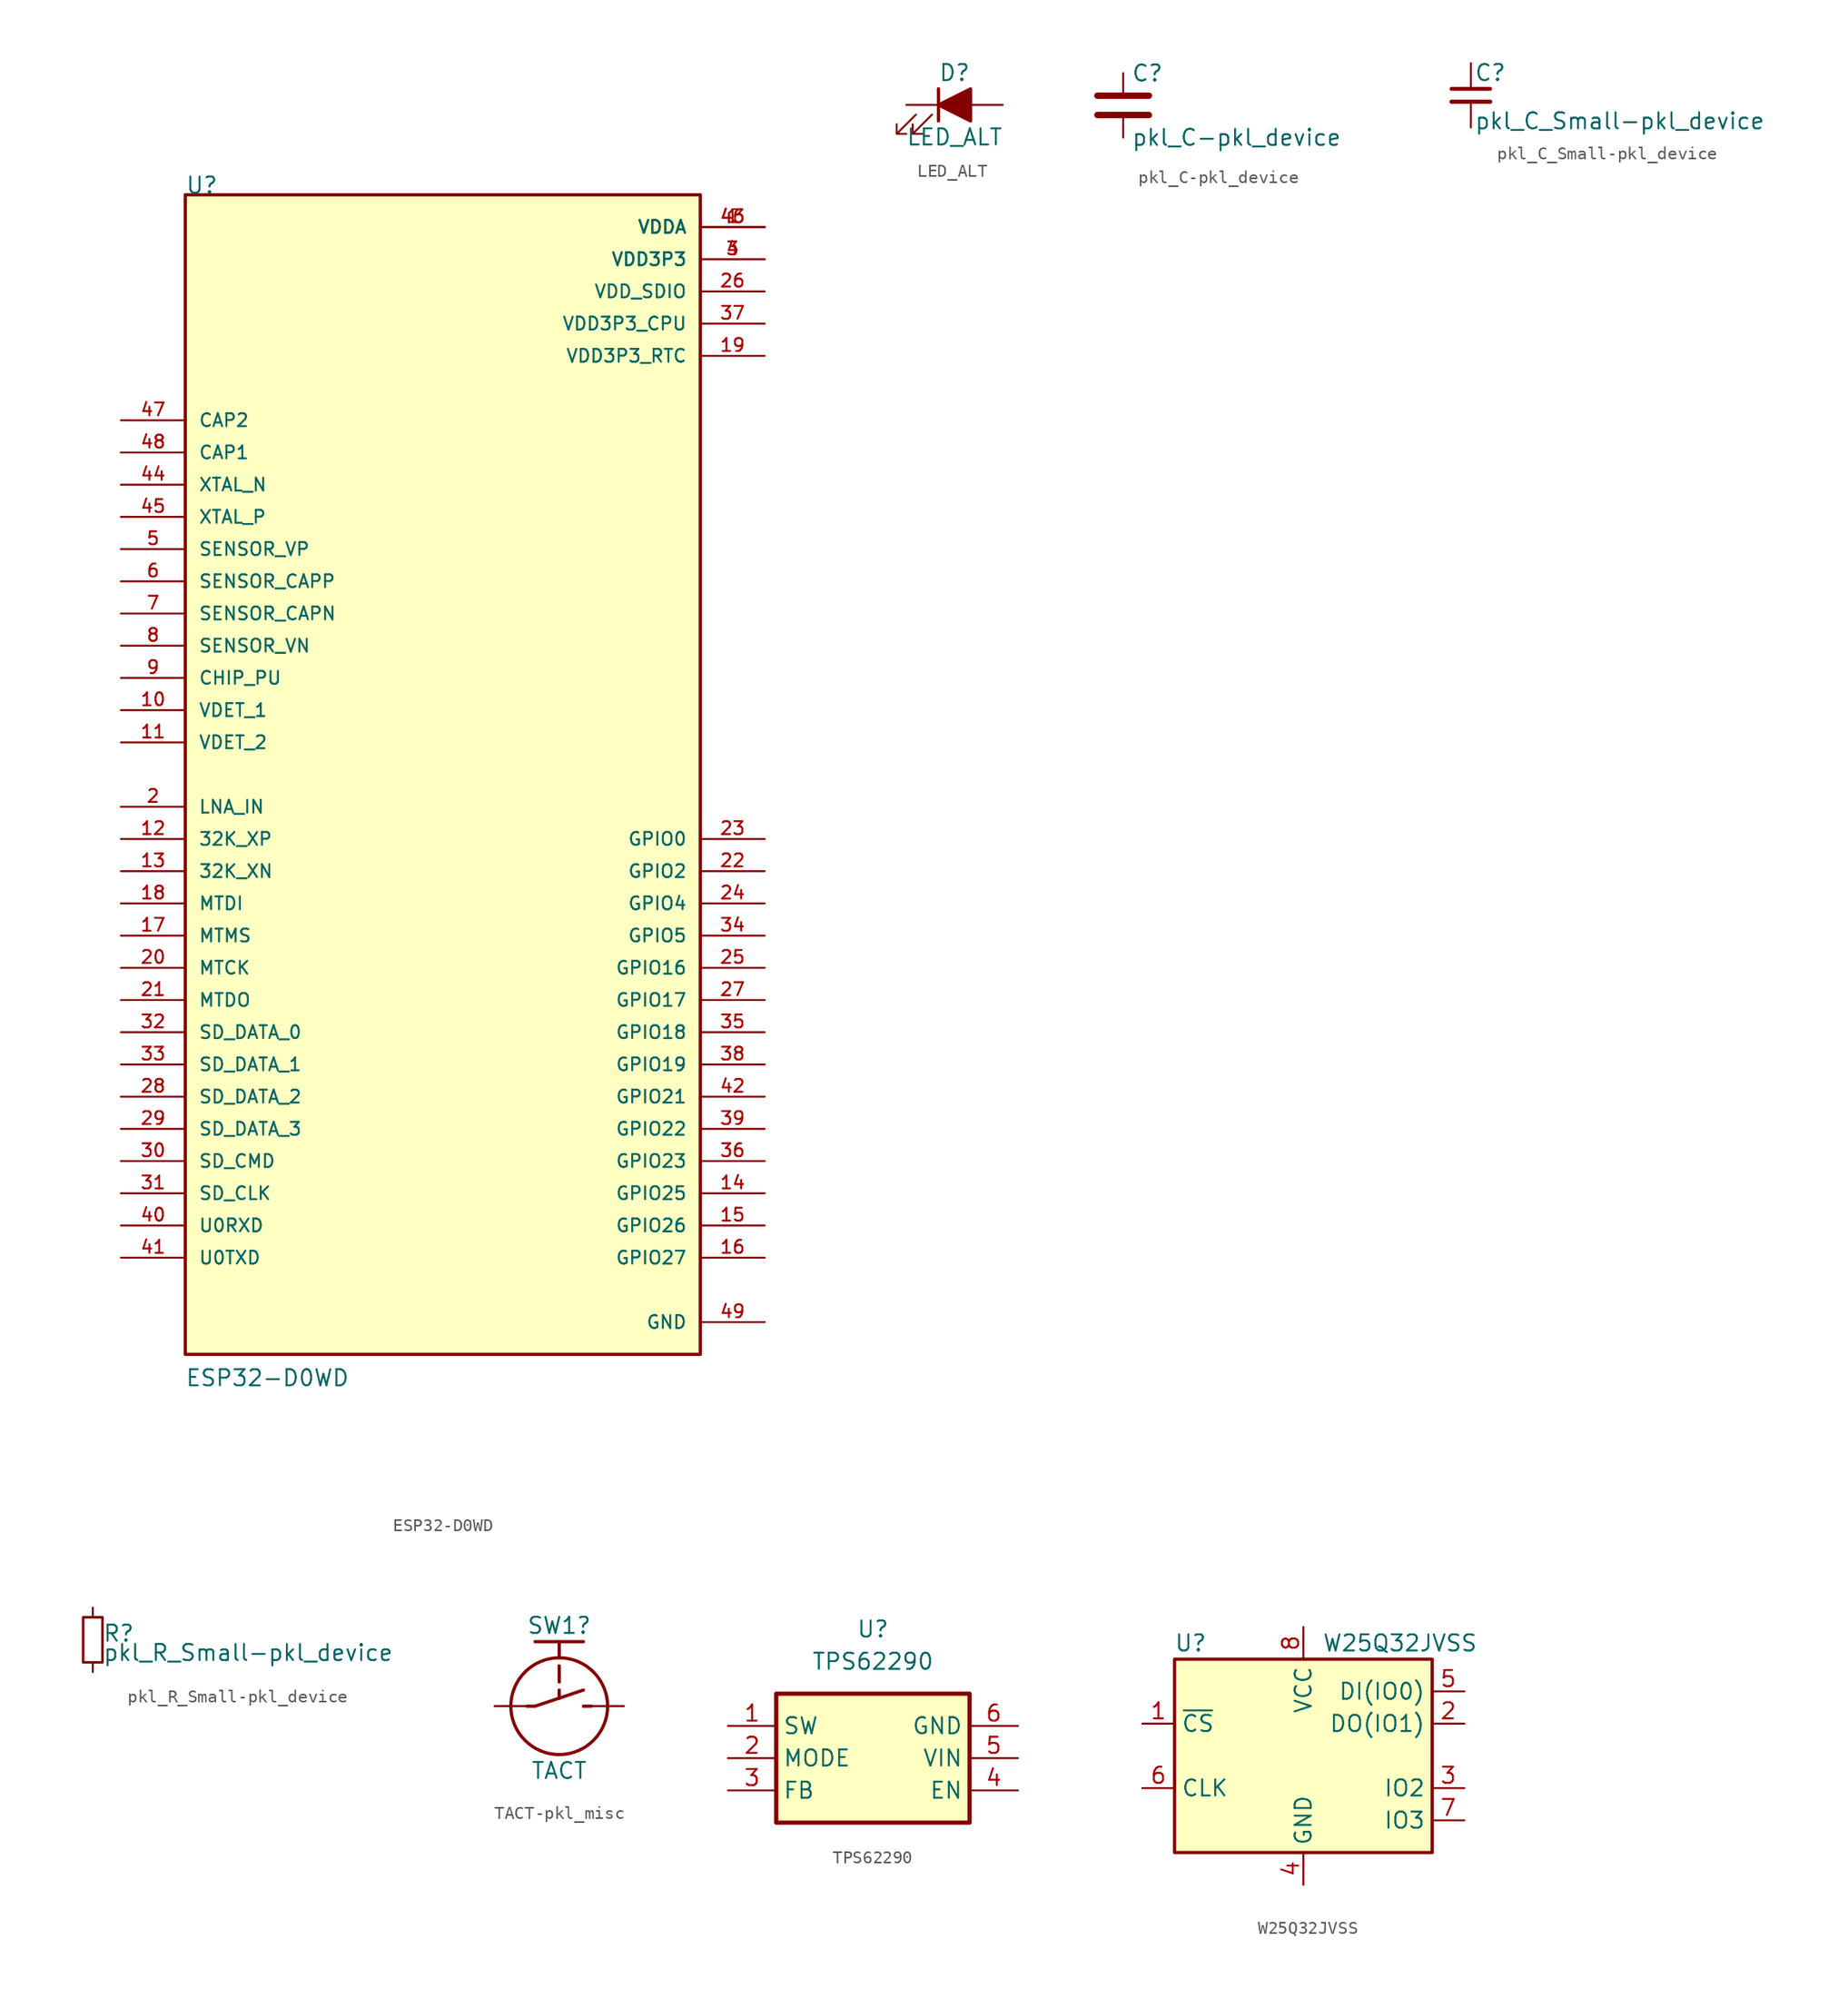
<source format=kicad_sym>
(kicad_symbol_lib
  (version 20231120)
  (generator "kicad_symbol_editor")
  (generator_version "8.0")
  (symbol "ESP32-D0WD"
    (pin_names
      (offset 1.016))
    (property "Reference" "U"
      (at -20.322 45.725 0)
      (effects (font (size 1.27 1.27)) (justify left bottom)))
    (property "Value" "ESP32-D0WD"
      (at -20.348 -48.326 0)
      (effects (font (size 1.27 1.27)) (justify left bottom)))
    (symbol "ESP32-D0WD_0_0"
      (rectangle (start -20.32 45.72) (end 20.32 -45.72) (stroke (width 0.254) (type default)) (fill (type background)))
      (pin power_in line (at 25.4 43.18 180) (length 5.08) (name "VDDA" (effects (font (size 1.016 1.016)))) (number "1" (effects (font (size 1.016 1.016)))))
      (pin input line (at -25.4 5.08 0) (length 5.08) (name "VDET_1" (effects (font (size 1.016 1.016)))) (number "10" (effects (font (size 1.016 1.016)))))
      (pin input line (at -25.4 2.54 0) (length 5.08) (name "VDET_2" (effects (font (size 1.016 1.016)))) (number "11" (effects (font (size 1.016 1.016)))))
      (pin bidirectional line (at -25.4 -5.08 0) (length 5.08) (name "32K_XP" (effects (font (size 1.016 1.016)))) (number "12" (effects (font (size 1.016 1.016)))))
      (pin bidirectional line (at -25.4 -7.62 0) (length 5.08) (name "32K_XN" (effects (font (size 1.016 1.016)))) (number "13" (effects (font (size 1.016 1.016)))))
      (pin bidirectional line (at 25.4 -33.02 180) (length 5.08) (name "GPIO25" (effects (font (size 1.016 1.016)))) (number "14" (effects (font (size 1.016 1.016)))))
      (pin bidirectional line (at 25.4 -35.56 180) (length 5.08) (name "GPIO26" (effects (font (size 1.016 1.016)))) (number "15" (effects (font (size 1.016 1.016)))))
      (pin bidirectional line (at 25.4 -38.1 180) (length 5.08) (name "GPIO27" (effects (font (size 1.016 1.016)))) (number "16" (effects (font (size 1.016 1.016)))))
      (pin bidirectional line (at -25.4 -12.7 0) (length 5.08) (name "MTMS" (effects (font (size 1.016 1.016)))) (number "17" (effects (font (size 1.016 1.016)))))
      (pin bidirectional line (at -25.4 -10.16 0) (length 5.08) (name "MTDI" (effects (font (size 1.016 1.016)))) (number "18" (effects (font (size 1.016 1.016)))))
      (pin power_in line (at 25.4 33.02 180) (length 5.08) (name "VDD3P3_RTC" (effects (font (size 1.016 1.016)))) (number "19" (effects (font (size 1.016 1.016)))))
      (pin bidirectional line (at -25.4 -2.54 0) (length 5.08) (name "LNA_IN" (effects (font (size 1.016 1.016)))) (number "2" (effects (font (size 1.016 1.016)))))
      (pin bidirectional line (at -25.4 -15.24 0) (length 5.08) (name "MTCK" (effects (font (size 1.016 1.016)))) (number "20" (effects (font (size 1.016 1.016)))))
      (pin bidirectional line (at -25.4 -17.78 0) (length 5.08) (name "MTDO" (effects (font (size 1.016 1.016)))) (number "21" (effects (font (size 1.016 1.016)))))
      (pin bidirectional line (at 25.4 -7.62 180) (length 5.08) (name "GPIO2" (effects (font (size 1.016 1.016)))) (number "22" (effects (font (size 1.016 1.016)))))
      (pin bidirectional line (at 25.4 -5.08 180) (length 5.08) (name "GPIO0" (effects (font (size 1.016 1.016)))) (number "23" (effects (font (size 1.016 1.016)))))
      (pin bidirectional line (at 25.4 -10.16 180) (length 5.08) (name "GPIO4" (effects (font (size 1.016 1.016)))) (number "24" (effects (font (size 1.016 1.016)))))
      (pin bidirectional line (at 25.4 -15.24 180) (length 5.08) (name "GPIO16" (effects (font (size 1.016 1.016)))) (number "25" (effects (font (size 1.016 1.016)))))
      (pin power_in line (at 25.4 38.1 180) (length 5.08) (name "VDD_SDIO" (effects (font (size 1.016 1.016)))) (number "26" (effects (font (size 1.016 1.016)))))
      (pin bidirectional line (at 25.4 -17.78 180) (length 5.08) (name "GPIO17" (effects (font (size 1.016 1.016)))) (number "27" (effects (font (size 1.016 1.016)))))
      (pin bidirectional line (at -25.4 -25.4 0) (length 5.08) (name "SD_DATA_2" (effects (font (size 1.016 1.016)))) (number "28" (effects (font (size 1.016 1.016)))))
      (pin bidirectional line (at -25.4 -27.94 0) (length 5.08) (name "SD_DATA_3" (effects (font (size 1.016 1.016)))) (number "29" (effects (font (size 1.016 1.016)))))
      (pin power_in line (at 25.4 40.64 180) (length 5.08) (name "VDD3P3" (effects (font (size 1.016 1.016)))) (number "3" (effects (font (size 1.016 1.016)))))
      (pin bidirectional line (at -25.4 -30.48 0) (length 5.08) (name "SD_CMD" (effects (font (size 1.016 1.016)))) (number "30" (effects (font (size 1.016 1.016)))))
      (pin bidirectional line (at -25.4 -33.02 0) (length 5.08) (name "SD_CLK" (effects (font (size 1.016 1.016)))) (number "31" (effects (font (size 1.016 1.016)))))
      (pin bidirectional line (at -25.4 -20.32 0) (length 5.08) (name "SD_DATA_0" (effects (font (size 1.016 1.016)))) (number "32" (effects (font (size 1.016 1.016)))))
      (pin bidirectional line (at -25.4 -22.86 0) (length 5.08) (name "SD_DATA_1" (effects (font (size 1.016 1.016)))) (number "33" (effects (font (size 1.016 1.016)))))
      (pin bidirectional line (at 25.4 -12.7 180) (length 5.08) (name "GPIO5" (effects (font (size 1.016 1.016)))) (number "34" (effects (font (size 1.016 1.016)))))
      (pin bidirectional line (at 25.4 -20.32 180) (length 5.08) (name "GPIO18" (effects (font (size 1.016 1.016)))) (number "35" (effects (font (size 1.016 1.016)))))
      (pin bidirectional line (at 25.4 -30.48 180) (length 5.08) (name "GPIO23" (effects (font (size 1.016 1.016)))) (number "36" (effects (font (size 1.016 1.016)))))
      (pin power_in line (at 25.4 35.56 180) (length 5.08) (name "VDD3P3_CPU" (effects (font (size 1.016 1.016)))) (number "37" (effects (font (size 1.016 1.016)))))
      (pin bidirectional line (at 25.4 -22.86 180) (length 5.08) (name "GPIO19" (effects (font (size 1.016 1.016)))) (number "38" (effects (font (size 1.016 1.016)))))
      (pin bidirectional line (at 25.4 -27.94 180) (length 5.08) (name "GPIO22" (effects (font (size 1.016 1.016)))) (number "39" (effects (font (size 1.016 1.016)))))
      (pin power_in line (at 25.4 40.64 180) (length 5.08) (name "VDD3P3" (effects (font (size 1.016 1.016)))) (number "4" (effects (font (size 1.016 1.016)))))
      (pin bidirectional line (at -25.4 -35.56 0) (length 5.08) (name "U0RXD" (effects (font (size 1.016 1.016)))) (number "40" (effects (font (size 1.016 1.016)))))
      (pin bidirectional line (at -25.4 -38.1 0) (length 5.08) (name "U0TXD" (effects (font (size 1.016 1.016)))) (number "41" (effects (font (size 1.016 1.016)))))
      (pin bidirectional line (at 25.4 -25.4 180) (length 5.08) (name "GPIO21" (effects (font (size 1.016 1.016)))) (number "42" (effects (font (size 1.016 1.016)))))
      (pin power_in line (at 25.4 43.18 180) (length 5.08) (name "VDDA" (effects (font (size 1.016 1.016)))) (number "43" (effects (font (size 1.016 1.016)))))
      (pin output line (at -25.4 22.86 0) (length 5.08) (name "XTAL_N" (effects (font (size 1.016 1.016)))) (number "44" (effects (font (size 1.016 1.016)))))
      (pin input line (at -25.4 20.32 0) (length 5.08) (name "XTAL_P" (effects (font (size 1.016 1.016)))) (number "45" (effects (font (size 1.016 1.016)))))
      (pin power_in line (at 25.4 43.18 180) (length 5.08) (name "VDDA" (effects (font (size 1.016 1.016)))) (number "46" (effects (font (size 1.016 1.016)))))
      (pin input line (at -25.4 27.94 0) (length 5.08) (name "CAP2" (effects (font (size 1.016 1.016)))) (number "47" (effects (font (size 1.016 1.016)))))
      (pin input line (at -25.4 25.4 0) (length 5.08) (name "CAP1" (effects (font (size 1.016 1.016)))) (number "48" (effects (font (size 1.016 1.016)))))
      (pin power_in line (at 25.4 -43.18 180) (length 5.08) (name "GND" (effects (font (size 1.016 1.016)))) (number "49" (effects (font (size 1.016 1.016)))))
      (pin input line (at -25.4 17.78 0) (length 5.08) (name "SENSOR_VP" (effects (font (size 1.016 1.016)))) (number "5" (effects (font (size 1.016 1.016)))))
      (pin input line (at -25.4 15.24 0) (length 5.08) (name "SENSOR_CAPP" (effects (font (size 1.016 1.016)))) (number "6" (effects (font (size 1.016 1.016)))))
      (pin input line (at -25.4 12.7 0) (length 5.08) (name "SENSOR_CAPN" (effects (font (size 1.016 1.016)))) (number "7" (effects (font (size 1.016 1.016)))))
      (pin input line (at -25.4 10.16 0) (length 5.08) (name "SENSOR_VN" (effects (font (size 1.016 1.016)))) (number "8" (effects (font (size 1.016 1.016)))))
      (pin input line (at -25.4 7.62 0) (length 5.08) (name "CHIP_PU" (effects (font (size 1.016 1.016)))) (number "9" (effects (font (size 1.016 1.016)))))))
  (symbol "LED_ALT"
    (pin_numbers hide)
    (pin_names hide)
    (property "Reference" "D"
      (at 0 2.54 0)
      (effects (font (size 1.27 1.27))))
    (property "Value" "LED_ALT"
      (at 0 -2.54 0)
      (effects (font (size 1.27 1.27))))
    (symbol "LED_ALT_0_1"
      (polyline (pts (xy -1.27 -1.27) (xy -1.27 1.27)) (stroke (width 0.254) (type default)) (fill (type none)))
      (polyline (pts (xy -1.27 0) (xy 1.27 0)) (stroke (width 0) (type default)) (fill (type none)))
      (polyline (pts (xy 1.27 -1.27) (xy 1.27 1.27) (xy -1.27 0) (xy 1.27 -1.27)) (stroke (width 0.254) (type default)) (fill (type outline)))
      (polyline (pts (xy -3.048 -0.762) (xy -4.572 -2.286) (xy -3.81 -2.286) (xy -4.572 -2.286) (xy -4.572 -1.524)) (stroke (width 0) (type default)) (fill (type none)))
      (polyline (pts (xy -1.778 -0.762) (xy -3.302 -2.286) (xy -2.54 -2.286) (xy -3.302 -2.286) (xy -3.302 -1.524)) (stroke (width 0) (type default)) (fill (type none))))
    (symbol "LED_ALT_1_1"
      (pin passive line (at -3.81 0 0) (length 2.54) (name "K" (effects (font (size 1.27 1.27)))) (number "1" (effects (font (size 1.27 1.27)))))
      (pin passive line (at 3.81 0 180) (length 2.54) (name "A" (effects (font (size 1.27 1.27)))) (number "2" (effects (font (size 1.27 1.27)))))))
  (symbol "pkl_C-pkl_device"
    (pin_numbers hide)
    (pin_names
      (offset 0.254))
    (property "Reference" "C"
      (at 0.635 2.54 0)
      (effects (font (size 1.27 1.27)) (justify left)))
    (property "Value" "pkl_C-pkl_device"
      (at 0.635 -2.54 0)
      (effects (font (size 1.27 1.27)) (justify left)))
    (property "Footprint" ""
      (at 0.965 -3.81 0)
      (effects (font (size 0.762 0.762))))
    (property "Datasheet" ""
      (at 0 0 0)
      (effects (font (size 1.524 1.524))))
    (symbol "pkl_C-pkl_device_0_1"
      (polyline (pts (xy -2.032 -0.762) (xy 2.032 -0.762)) (stroke (width 0.508) (type default)) (fill (type none)))
      (polyline (pts (xy -2.032 0.762) (xy 2.032 0.762)) (stroke (width 0.508) (type default)) (fill (type none))))
    (symbol "pkl_C-pkl_device_1_1"
      (pin passive line (at 0 2.54 270) (length 1.524) (name "~" (effects (font (size 1.016 1.016)))) (number "1" (effects (font (size 1.016 1.016)))))
      (pin passive line (at 0 -2.54 90) (length 1.524) (name "~" (effects (font (size 1.016 1.016)))) (number "2" (effects (font (size 1.016 1.016)))))))
  (symbol "pkl_C_Small-pkl_device"
    (pin_numbers hide)
    (pin_names
      (offset 0.254) hide)
    (property "Reference" "C"
      (at 0.254 1.778 0)
      (effects (font (size 1.27 1.27)) (justify left)))
    (property "Value" "pkl_C_Small-pkl_device"
      (at 0.254 -2.032 0)
      (effects (font (size 1.27 1.27)) (justify left)))
    (property "Footprint" ""
      (at 0 0 0)
      (effects (font (size 1.524 1.524))))
    (property "Datasheet" ""
      (at 0 0 0)
      (effects (font (size 1.524 1.524))))
    (symbol "pkl_C_Small-pkl_device_0_1"
      (polyline (pts (xy -1.524 -0.508) (xy 1.524 -0.508)) (stroke (width 0.33) (type default)) (fill (type none)))
      (polyline (pts (xy -1.524 0.508) (xy 1.524 0.508)) (stroke (width 0.305) (type default)) (fill (type none))))
    (symbol "pkl_C_Small-pkl_device_1_1"
      (pin passive line (at 0 2.54 270) (length 1.905) (name "~" (effects (font (size 1.016 1.016)))) (number "1" (effects (font (size 1.016 1.016)))))
      (pin passive line (at 0 -2.54 90) (length 2.032) (name "~" (effects (font (size 1.016 1.016)))) (number "2" (effects (font (size 1.016 1.016)))))))
  (symbol "pkl_R_Small-pkl_device"
    (pin_numbers hide)
    (pin_names
      (offset 0.254) hide)
    (property "Reference" "R"
      (at 0.762 0.508 0)
      (effects (font (size 1.27 1.27)) (justify left)))
    (property "Value" "pkl_R_Small-pkl_device"
      (at 0.762 -1.016 0)
      (effects (font (size 1.27 1.27)) (justify left)))
    (property "Footprint" ""
      (at 0 0 0)
      (effects (font (size 1.524 1.524))))
    (property "Datasheet" ""
      (at 0 0 0)
      (effects (font (size 1.524 1.524))))
    (symbol "pkl_R_Small-pkl_device_0_1"
      (rectangle (start -0.762 1.778) (end 0.762 -1.778) (stroke (width 0.203) (type default)) (fill (type none))))
    (symbol "pkl_R_Small-pkl_device_1_1"
      (pin passive line (at 0 2.54 270) (length 0.762) (name "~" (effects (font (size 1.016 1.016)))) (number "1" (effects (font (size 1.016 1.016)))))
      (pin passive line (at 0 -2.54 90) (length 0.762) (name "~" (effects (font (size 1.016 1.016)))) (number "2" (effects (font (size 1.016 1.016)))))))
  (symbol "TACT-pkl_misc"
    (pin_numbers hide)
    (pin_names hide)
    (property "Reference" "SW1"
      (at 0 6.35 0)
      (effects (font (size 1.27 1.27))))
    (property "Value" "TACT"
      (at 0 -5.08 0)
      (effects (font (size 1.27 1.27))))
    (property "Datasheet" ""
      (at 0 -0.635 0)
      (effects (font (size 1.524 1.524))))
    (symbol "TACT-pkl_misc_0_1"
      (polyline (pts (xy -1.905 5.08) (xy 1.905 5.08)) (stroke (width 0.254) (type default)) (fill (type none)))
      (polyline (pts (xy 0 0.635) (xy 0 1.27)) (stroke (width 0.254) (type default)) (fill (type none)))
      (polyline (pts (xy 0 1.905) (xy 0 3.175)) (stroke (width 0.254) (type default)) (fill (type none)))
      (polyline (pts (xy 0 3.81) (xy 0 5.08)) (stroke (width 0.254) (type default)) (fill (type none)))
      (polyline (pts (xy 2.54 0) (xy 1.905 0)) (stroke (width 0.254) (type default)) (fill (type none)))
      (polyline (pts (xy -2.54 0) (xy -1.905 0) (xy 1.905 1.27)) (stroke (width 0.254) (type default)) (fill (type none)))
      (circle (center 0 0) (radius 3.81) (stroke (width 0.254) (type default)) (fill (type none))))
    (symbol "TACT-pkl_misc_1_1"
      (pin passive line (at -5.08 0 0) (length 2.54) (name "~" (effects (font (size 1.27 1.27)))) (number "1" (effects (font (size 1.27 1.27)))))
      (pin passive line (at -5.08 0 0) (length 2.54) (name "~" (effects (font (size 1.27 1.27)))) (number "2" (effects (font (size 1.27 1.27)))))
      (pin passive line (at 5.08 0 180) (length 2.54) (name "~" (effects (font (size 1.27 1.27)))) (number "3" (effects (font (size 1.27 1.27)))))
      (pin passive line (at 5.08 0 180) (length 2.54) (name "~" (effects (font (size 1.27 1.27)))) (number "4" (effects (font (size 1.27 1.27)))))))
  (symbol "TPS62290"
    (property "Reference" "U"
      (at 0 7.62 0)
      (effects (font (size 1.27 1.27))))
    (property "Value" "TPS62290"
      (at 0 5.08 0)
      (effects (font (size 1.27 1.27))))
    (symbol "TPS62290_0_1"
      (rectangle (start -7.62 2.54) (end 7.62 -7.62) (stroke (width 0.33) (type default)) (fill (type background))))
    (symbol "TPS62290_1_1"
      (pin input line (at -11.43 0 0) (length 3.81) (name "SW" (effects (font (size 1.27 1.27)))) (number "1" (effects (font (size 1.27 1.27)))))
      (pin input line (at -11.43 -2.54 0) (length 3.81) (name "MODE" (effects (font (size 1.27 1.27)))) (number "2" (effects (font (size 1.27 1.27)))))
      (pin input line (at -11.43 -5.08 0) (length 3.81) (name "FB" (effects (font (size 1.27 1.27)))) (number "3" (effects (font (size 1.27 1.27)))))
      (pin input line (at 11.43 -5.08 180) (length 3.81) (name "EN" (effects (font (size 1.27 1.27)))) (number "4" (effects (font (size 1.27 1.27)))))
      (pin input line (at 11.43 -2.54 180) (length 3.81) (name "VIN" (effects (font (size 1.27 1.27)))) (number "5" (effects (font (size 1.27 1.27)))))
      (pin input line (at 11.43 0 180) (length 3.81) (name "GND" (effects (font (size 1.27 1.27)))) (number "6" (effects (font (size 1.27 1.27)))))
      (pin input line (at 11.43 0 180) (length 3.81) hide (name "GND" (effects (font (size 1.27 1.27)))) (number "7" (effects (font (size 1.27 1.27)))))))
  (symbol "W25Q32JVSS"
    (property "Reference" "U"
      (at -8.89 8.89 0)
      (effects (font (size 1.27 1.27))))
    (property "Value" "W25Q32JVSS"
      (at 7.62 8.89 0)
      (effects (font (size 1.27 1.27))))
    (symbol "W25Q32JVSS_0_1"
      (rectangle (start -10.16 7.62) (end 10.16 -7.62) (stroke (width 0.254) (type default)) (fill (type background))))
    (symbol "W25Q32JVSS_1_1"
      (pin input line (at -12.7 2.54 0) (length 2.54) (name "~{CS}" (effects (font (size 1.27 1.27)))) (number "1" (effects (font (size 1.27 1.27)))))
      (pin bidirectional line (at 12.7 2.54 180) (length 2.54) (name "DO(IO1)" (effects (font (size 1.27 1.27)))) (number "2" (effects (font (size 1.27 1.27)))))
      (pin bidirectional line (at 12.7 -2.54 180) (length 2.54) (name "IO2" (effects (font (size 1.27 1.27)))) (number "3" (effects (font (size 1.27 1.27)))))
      (pin power_in line (at 0 -10.16 90) (length 2.54) (name "GND" (effects (font (size 1.27 1.27)))) (number "4" (effects (font (size 1.27 1.27)))))
      (pin bidirectional line (at 12.7 5.08 180) (length 2.54) (name "DI(IO0)" (effects (font (size 1.27 1.27)))) (number "5" (effects (font (size 1.27 1.27)))))
      (pin input line (at -12.7 -2.54 0) (length 2.54) (name "CLK" (effects (font (size 1.27 1.27)))) (number "6" (effects (font (size 1.27 1.27)))))
      (pin bidirectional line (at 12.7 -5.08 180) (length 2.54) (name "IO3" (effects (font (size 1.27 1.27)))) (number "7" (effects (font (size 1.27 1.27)))))
      (pin power_in line (at 0 10.16 270) (length 2.54) (name "VCC" (effects (font (size 1.27 1.27)))) (number "8" (effects (font (size 1.27 1.27))))))))
</source>
